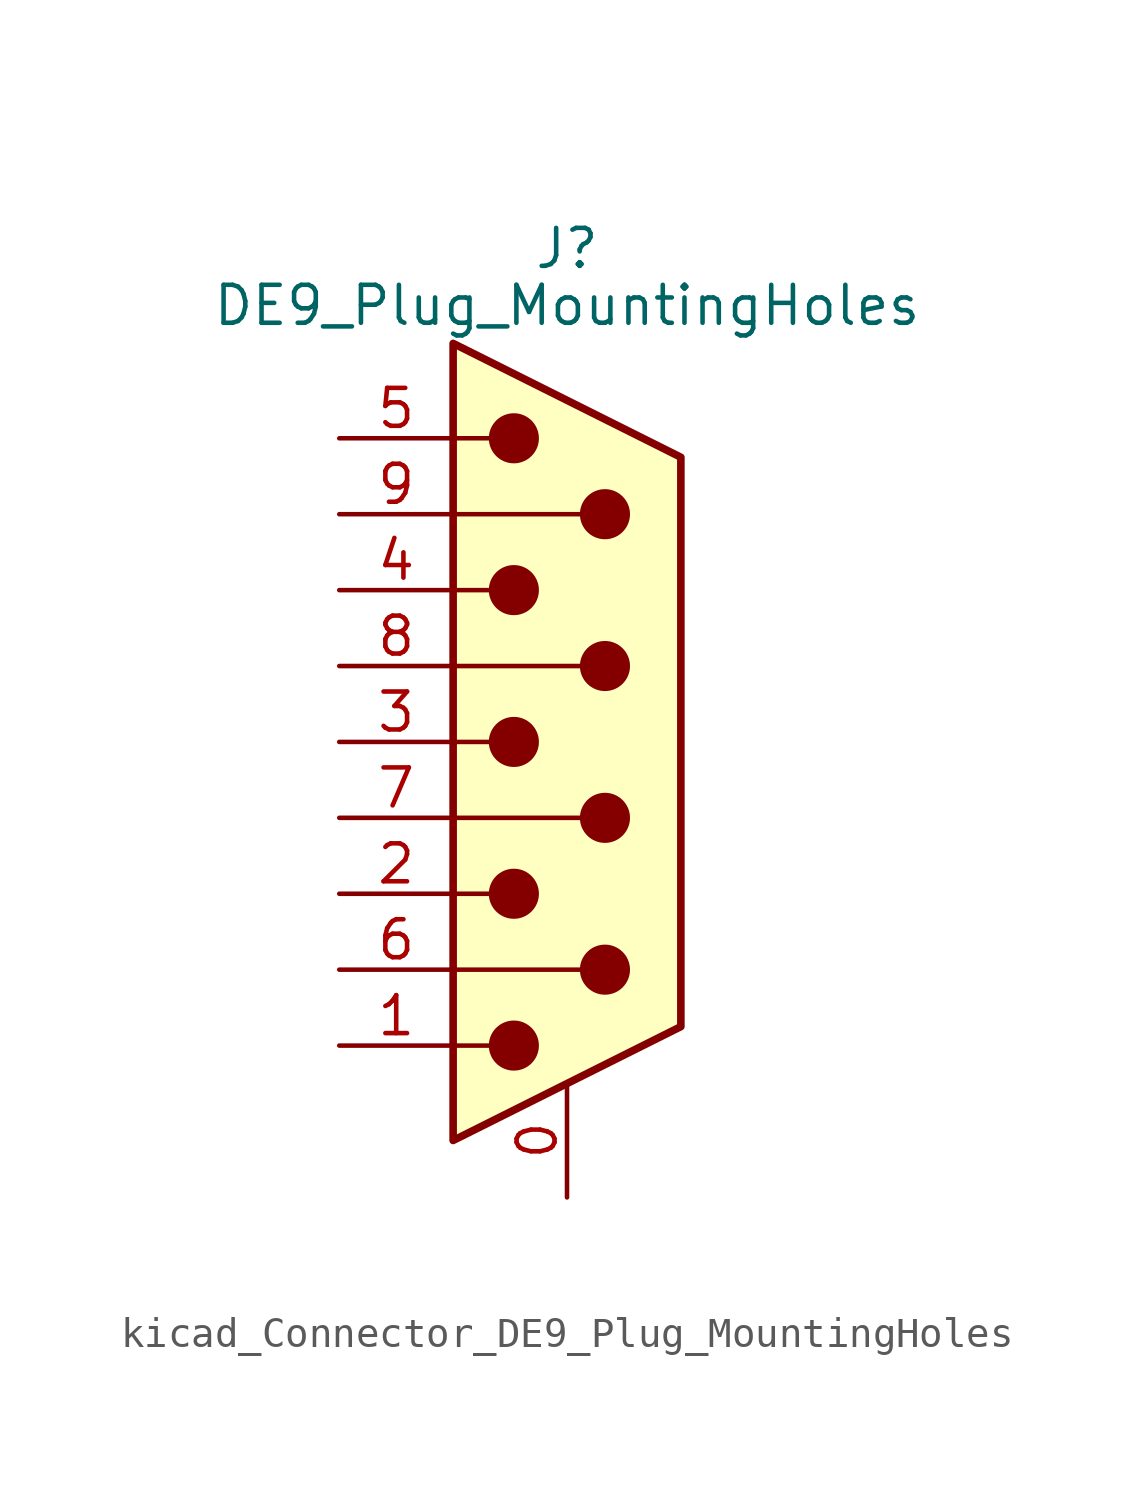
<source format=kicad_sym>
(kicad_symbol_lib
  (version 20220914)
  (generator kicad_symbol_editor)
  (symbol "kicad_Connector_DE9_Plug_MountingHoles"
    (pin_names
      (offset 1.016) hide)
    (property "Reference" "J"
      (at 0 16.51 0)
      (effects (font (size 1.27 1.27))))
    (property "Value" "DE9_Plug_MountingHoles"
      (at 0 14.605 0)
      (effects (font (size 1.27 1.27))))
    (symbol "kicad_Connector_DE9_Plug_MountingHoles_0_1"
      (circle (center -1.778 -10.16) (radius 0.762) (stroke (width 0) (type default)) (fill (type outline)))
      (circle (center -1.778 -5.08) (radius 0.762) (stroke (width 0) (type default)) (fill (type outline)))
      (circle (center -1.778 0) (radius 0.762) (stroke (width 0) (type default)) (fill (type outline)))
      (circle (center -1.778 5.08) (radius 0.762) (stroke (width 0) (type default)) (fill (type outline)))
      (circle (center -1.778 10.16) (radius 0.762) (stroke (width 0) (type default)) (fill (type outline)))
      (polyline (pts (xy -3.81 -10.16) (xy -2.54 -10.16)) (stroke (width 0) (type default)) (fill (type none)))
      (polyline (pts (xy -3.81 -7.62) (xy 0.508 -7.62)) (stroke (width 0) (type default)) (fill (type none)))
      (polyline (pts (xy -3.81 -5.08) (xy -2.54 -5.08)) (stroke (width 0) (type default)) (fill (type none)))
      (polyline (pts (xy -3.81 -2.54) (xy 0.508 -2.54)) (stroke (width 0) (type default)) (fill (type none)))
      (polyline (pts (xy -3.81 0) (xy -2.54 0)) (stroke (width 0) (type default)) (fill (type none)))
      (polyline (pts (xy -3.81 2.54) (xy 0.508 2.54)) (stroke (width 0) (type default)) (fill (type none)))
      (polyline (pts (xy -3.81 5.08) (xy -2.54 5.08)) (stroke (width 0) (type default)) (fill (type none)))
      (polyline (pts (xy -3.81 7.62) (xy 0.508 7.62)) (stroke (width 0) (type default)) (fill (type none)))
      (polyline (pts (xy -3.81 10.16) (xy -2.54 10.16)) (stroke (width 0) (type default)) (fill (type none)))
      (polyline (pts (xy -3.81 -13.335) (xy -3.81 13.335) (xy 3.81 9.525) (xy 3.81 -9.525) (xy -3.81 -13.335)) (stroke (width 0.254) (type default)) (fill (type background)))
      (circle (center 1.27 -7.62) (radius 0.762) (stroke (width 0) (type default)) (fill (type outline)))
      (circle (center 1.27 -2.54) (radius 0.762) (stroke (width 0) (type default)) (fill (type outline)))
      (circle (center 1.27 2.54) (radius 0.762) (stroke (width 0) (type default)) (fill (type outline)))
      (circle (center 1.27 7.62) (radius 0.762) (stroke (width 0) (type default)) (fill (type outline))))
    (symbol "kicad_Connector_DE9_Plug_MountingHoles_1_1"
      (pin passive line (at 0 -15.24 90) (length 3.81) (name "PAD" (effects (font (size 1.27 1.27)))) (number "0" (effects (font (size 1.27 1.27)))))
      (pin passive line (at -7.62 -10.16 0) (length 3.81) (name "1" (effects (font (size 1.27 1.27)))) (number "1" (effects (font (size 1.27 1.27)))))
      (pin passive line (at -7.62 -5.08 0) (length 3.81) (name "2" (effects (font (size 1.27 1.27)))) (number "2" (effects (font (size 1.27 1.27)))))
      (pin passive line (at -7.62 0 0) (length 3.81) (name "3" (effects (font (size 1.27 1.27)))) (number "3" (effects (font (size 1.27 1.27)))))
      (pin passive line (at -7.62 5.08 0) (length 3.81) (name "4" (effects (font (size 1.27 1.27)))) (number "4" (effects (font (size 1.27 1.27)))))
      (pin passive line (at -7.62 10.16 0) (length 3.81) (name "5" (effects (font (size 1.27 1.27)))) (number "5" (effects (font (size 1.27 1.27)))))
      (pin passive line (at -7.62 -7.62 0) (length 3.81) (name "6" (effects (font (size 1.27 1.27)))) (number "6" (effects (font (size 1.27 1.27)))))
      (pin passive line (at -7.62 -2.54 0) (length 3.81) (name "7" (effects (font (size 1.27 1.27)))) (number "7" (effects (font (size 1.27 1.27)))))
      (pin passive line (at -7.62 2.54 0) (length 3.81) (name "8" (effects (font (size 1.27 1.27)))) (number "8" (effects (font (size 1.27 1.27)))))
      (pin passive line (at -7.62 7.62 0) (length 3.81) (name "9" (effects (font (size 1.27 1.27)))) (number "9" (effects (font (size 1.27 1.27))))))))
</source>
